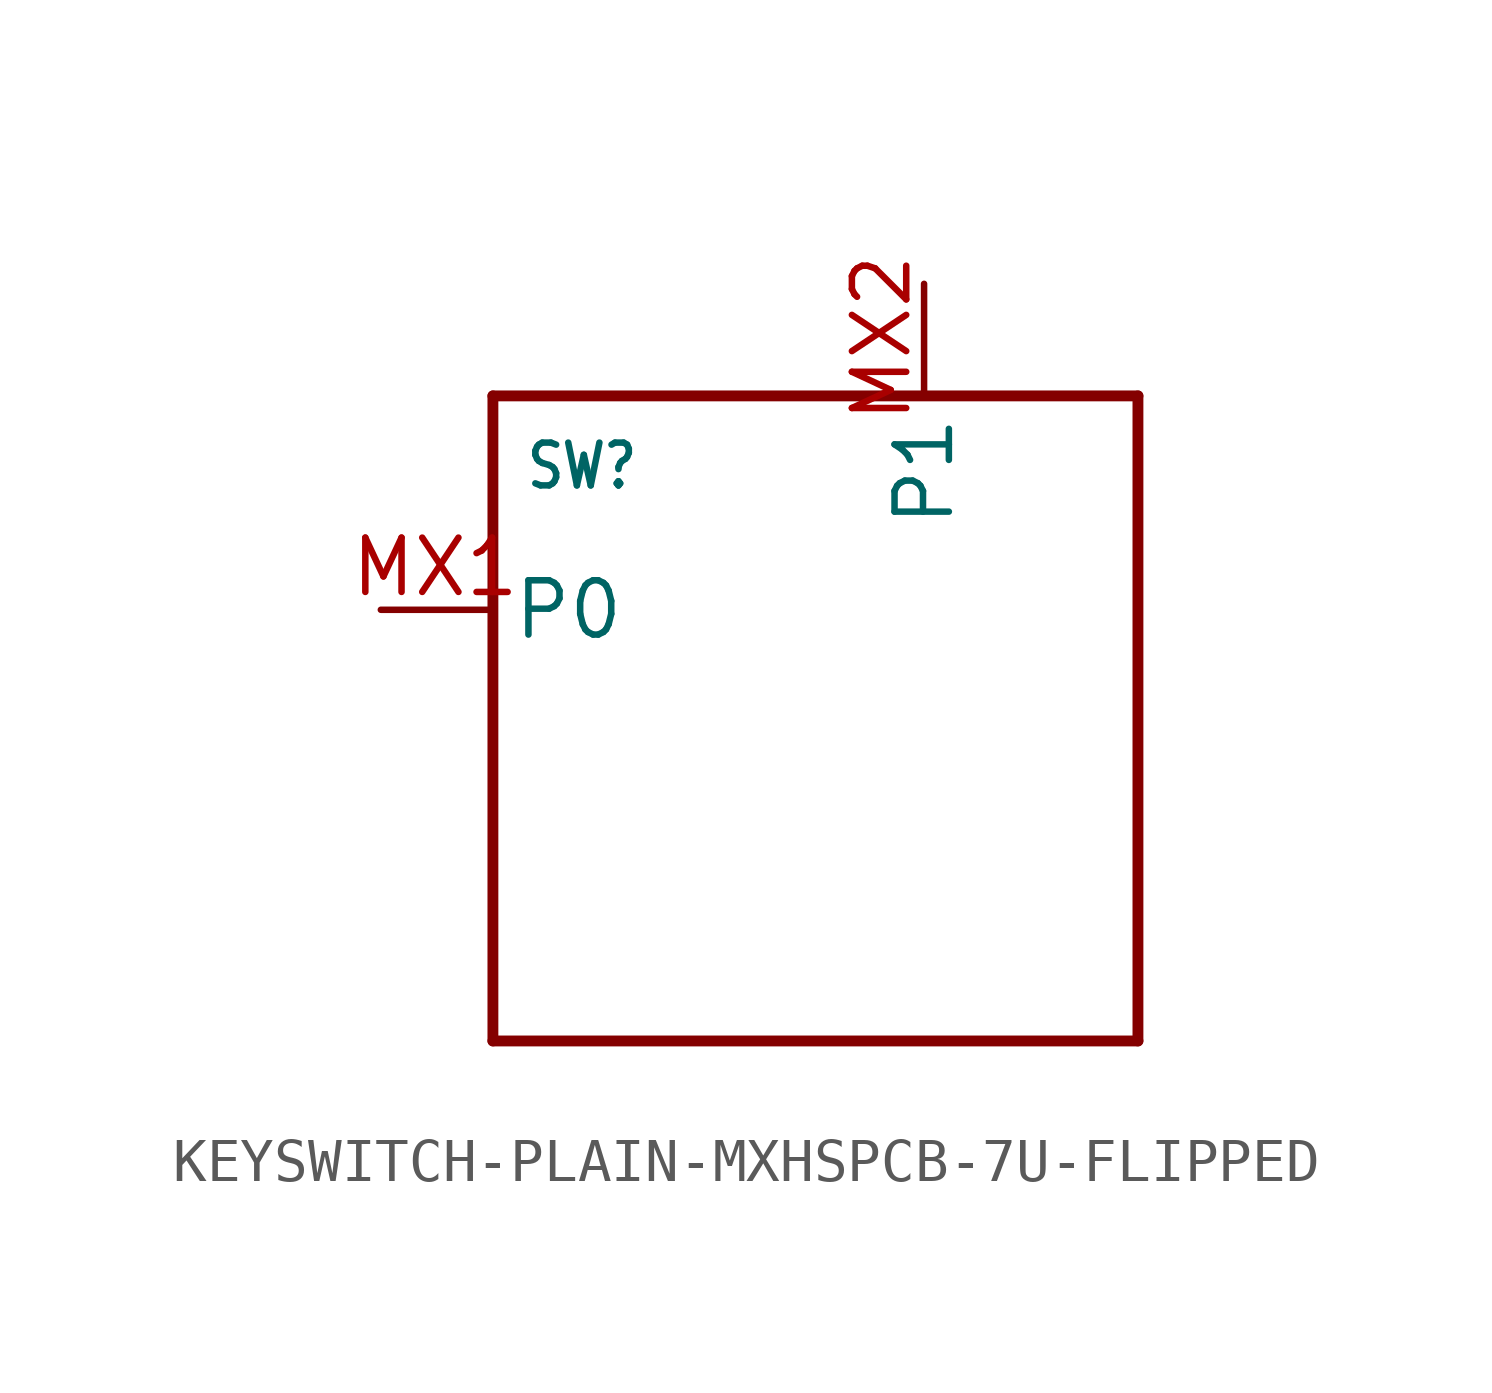
<source format=kicad_sym>
(kicad_symbol_lib
  (version 20211014)
  (generator kicad_symbol_editor)
  (symbol "KEYSWITCH-PLAIN-MXHSPCB-7U-FLIPPED"
    (property "Reference" "SW"
      (at -6.81 5.318 0)
      (effects (font (size 1 0.85)) (justify left bottom)))
    (property "ki_locked" ""
      (at 0 0 0)
      (effects (font (size 1.27 1.27))))
    (symbol "KEYSWITCH-PLAIN-MXHSPCB-7U-FLIPPED_1_0"
      (polyline (pts (xy -7.54 -7.54) (xy -7.54 7.54)) (stroke (width 0.254) (type default) (color 0 0 0 0)) (fill (type none)))
      (polyline (pts (xy -7.54 7.54) (xy 7.54 7.54)) (stroke (width 0.254) (type default) (color 0 0 0 0)) (fill (type none)))
      (polyline (pts (xy 7.54 -7.54) (xy -7.54 -7.54)) (stroke (width 0.254) (type default) (color 0 0 0 0)) (fill (type none)))
      (polyline (pts (xy 7.54 7.54) (xy 7.54 -7.54)) (stroke (width 0.254) (type default) (color 0 0 0 0)) (fill (type none)))
      (pin bidirectional line (at -10.16 2.54 0) (length 2.54) (name "P0" (effects (font (size 1.27 1.27)))) (number "MX1" (effects (font (size 1.27 1.27)))))
      (pin bidirectional line (at 2.54 10.16 270) (length 2.54) (name "P1" (effects (font (size 1.27 1.27)))) (number "MX2" (effects (font (size 1.27 1.27))))))))
</source>
